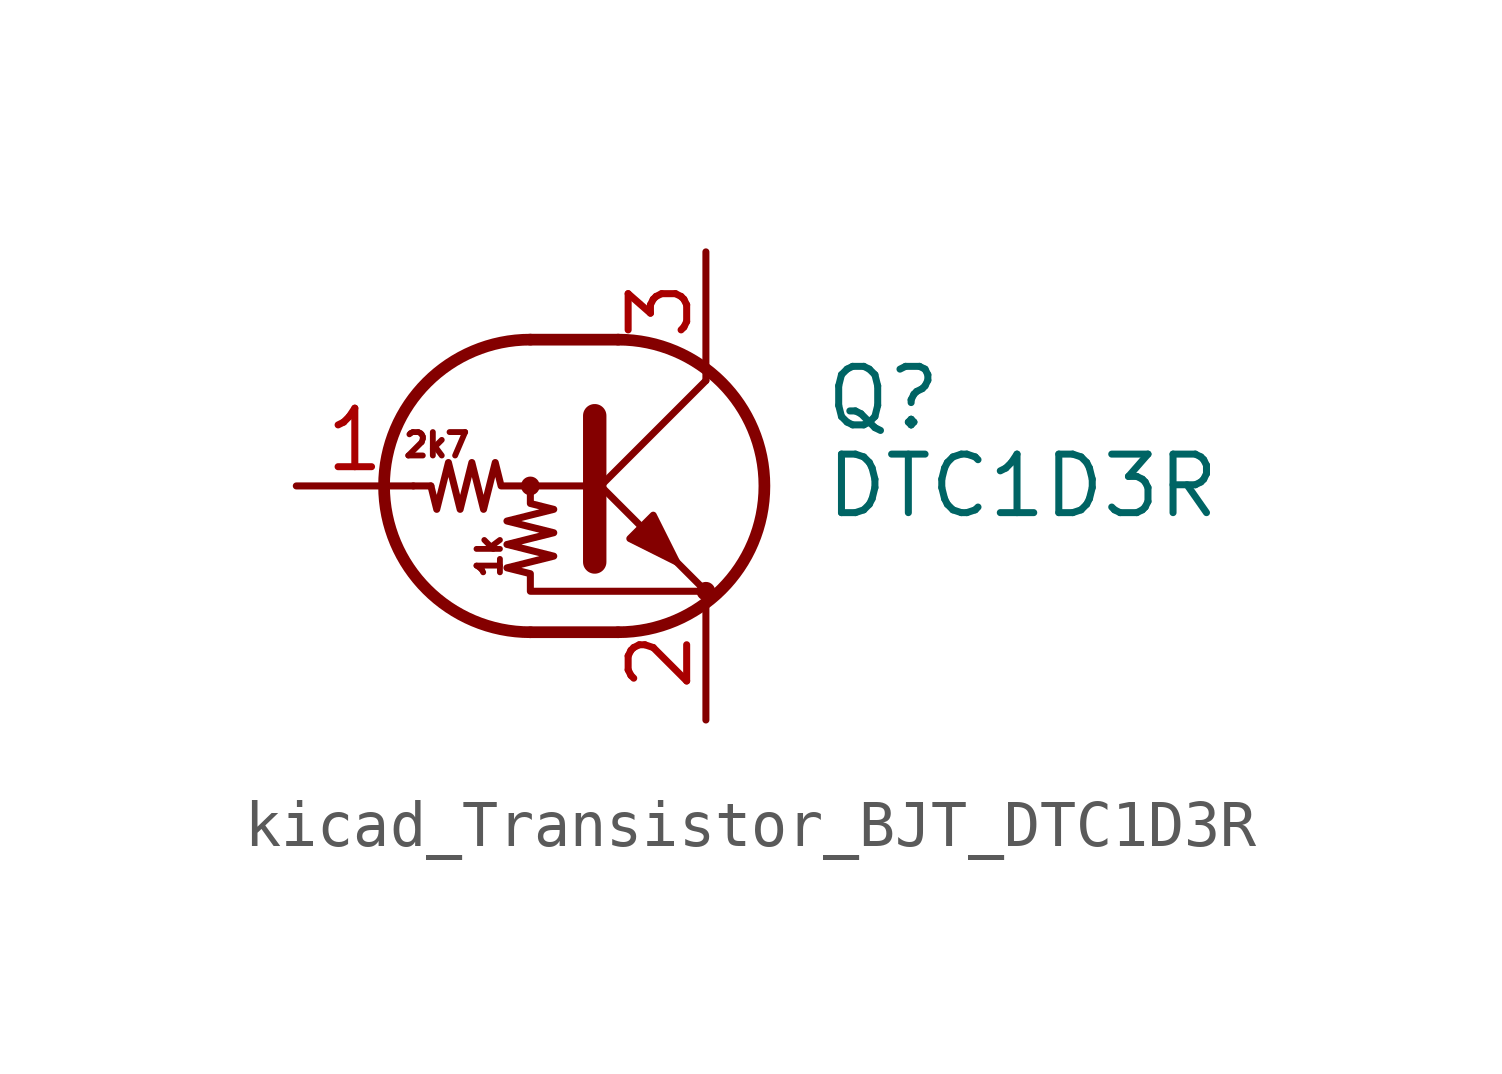
<source format=kicad_sym>
(kicad_symbol_lib
  (version 20220914)
  (generator kicad_symbol_editor)
  (symbol "kicad_Transistor_BJT_DTC1D3R"
    (pin_names
      (offset 0) hide)
    (property "Reference" "Q"
      (at 5.08 1.905 0)
      (effects (font (size 1.27 1.27)) (justify left)))
    (property "Value" "DTC1D3R"
      (at 5.08 0 0)
      (effects (font (size 1.27 1.27)) (justify left)))
    (symbol "kicad_Transistor_BJT_DTC1D3R_0_0"
      (text "1k" (at -2.159 -1.524 900) (effects (font (size 0.508 0.508))))
      (text "2k7" (at -3.302 0.889 0) (effects (font (size 0.508 0.508)))))
    (symbol "kicad_Transistor_BJT_DTC1D3R_0_1"
      (circle (center -1.27 0) (radius 0.127) (stroke (width 0) (type default)) (fill (type none)))
      (arc (start -1.27 3.175) (mid -4.4312 0) (end -1.27 -3.175) (stroke (width 0.254) (type default)) (fill (type none)))
      (polyline (pts (xy -3.429 0) (xy -3.81 0)) (stroke (width 0) (type default)) (fill (type none)))
      (polyline (pts (xy -1.27 -3.175) (xy 0.635 -3.175)) (stroke (width 0.254) (type default)) (fill (type none)))
      (polyline (pts (xy -1.27 3.175) (xy 0.635 3.175)) (stroke (width 0.254) (type default)) (fill (type none)))
      (polyline (pts (xy 0 -0.254) (xy 2.54 2.286)) (stroke (width 0) (type default)) (fill (type none)))
      (polyline (pts (xy 0.127 1.524) (xy 0.127 -1.651)) (stroke (width 0.508) (type default)) (fill (type outline)))
      (polyline (pts (xy 2.54 2.286) (xy 2.54 2.54)) (stroke (width 0) (type default)) (fill (type none)))
      (polyline (pts (xy 2.54 -2.286) (xy 0 0.254) (xy 0 0.254)) (stroke (width 0) (type default)) (fill (type none)))
      (polyline (pts (xy 0.889 -1.143) (xy 1.397 -0.635) (xy 1.905 -1.651) (xy 0.889 -1.143)) (stroke (width 0) (type default)) (fill (type outline)))
      (polyline (pts (xy 0 0) (xy -1.905 0) (xy -2.032 0.508) (xy -2.286 -0.508) (xy -2.54 0.508) (xy -2.794 -0.508) (xy -3.048 0.508) (xy -3.302 -0.508) (xy -3.429 0)) (stroke (width 0) (type default)) (fill (type none)))
      (polyline (pts (xy -1.27 0) (xy -1.27 -0.381) (xy -0.762 -0.508) (xy -1.778 -0.762) (xy -0.762 -1.016) (xy -1.778 -1.27) (xy -0.762 -1.524) (xy -1.778 -1.778) (xy -1.27 -1.905) (xy -1.27 -2.286) (xy 2.54 -2.286)) (stroke (width 0) (type default)) (fill (type none)))
      (arc (start 0.635 -3.175) (mid 3.7962 0) (end 0.635 3.175) (stroke (width 0.254) (type default)) (fill (type none)))
      (circle (center 2.54 -2.286) (radius 0.127) (stroke (width 0) (type default)) (fill (type none))))
    (symbol "kicad_Transistor_BJT_DTC1D3R_1_1"
      (pin input line (at -6.35 0 0) (length 2.54) (name "B" (effects (font (size 1.27 1.27)))) (number "1" (effects (font (size 1.27 1.27)))))
      (pin passive line (at 2.54 -5.08 90) (length 2.54) (name "E" (effects (font (size 1.27 1.27)))) (number "2" (effects (font (size 1.27 1.27)))))
      (pin passive line (at 2.54 5.08 270) (length 2.54) (name "C" (effects (font (size 1.27 1.27)))) (number "3" (effects (font (size 1.27 1.27))))))))
</source>
